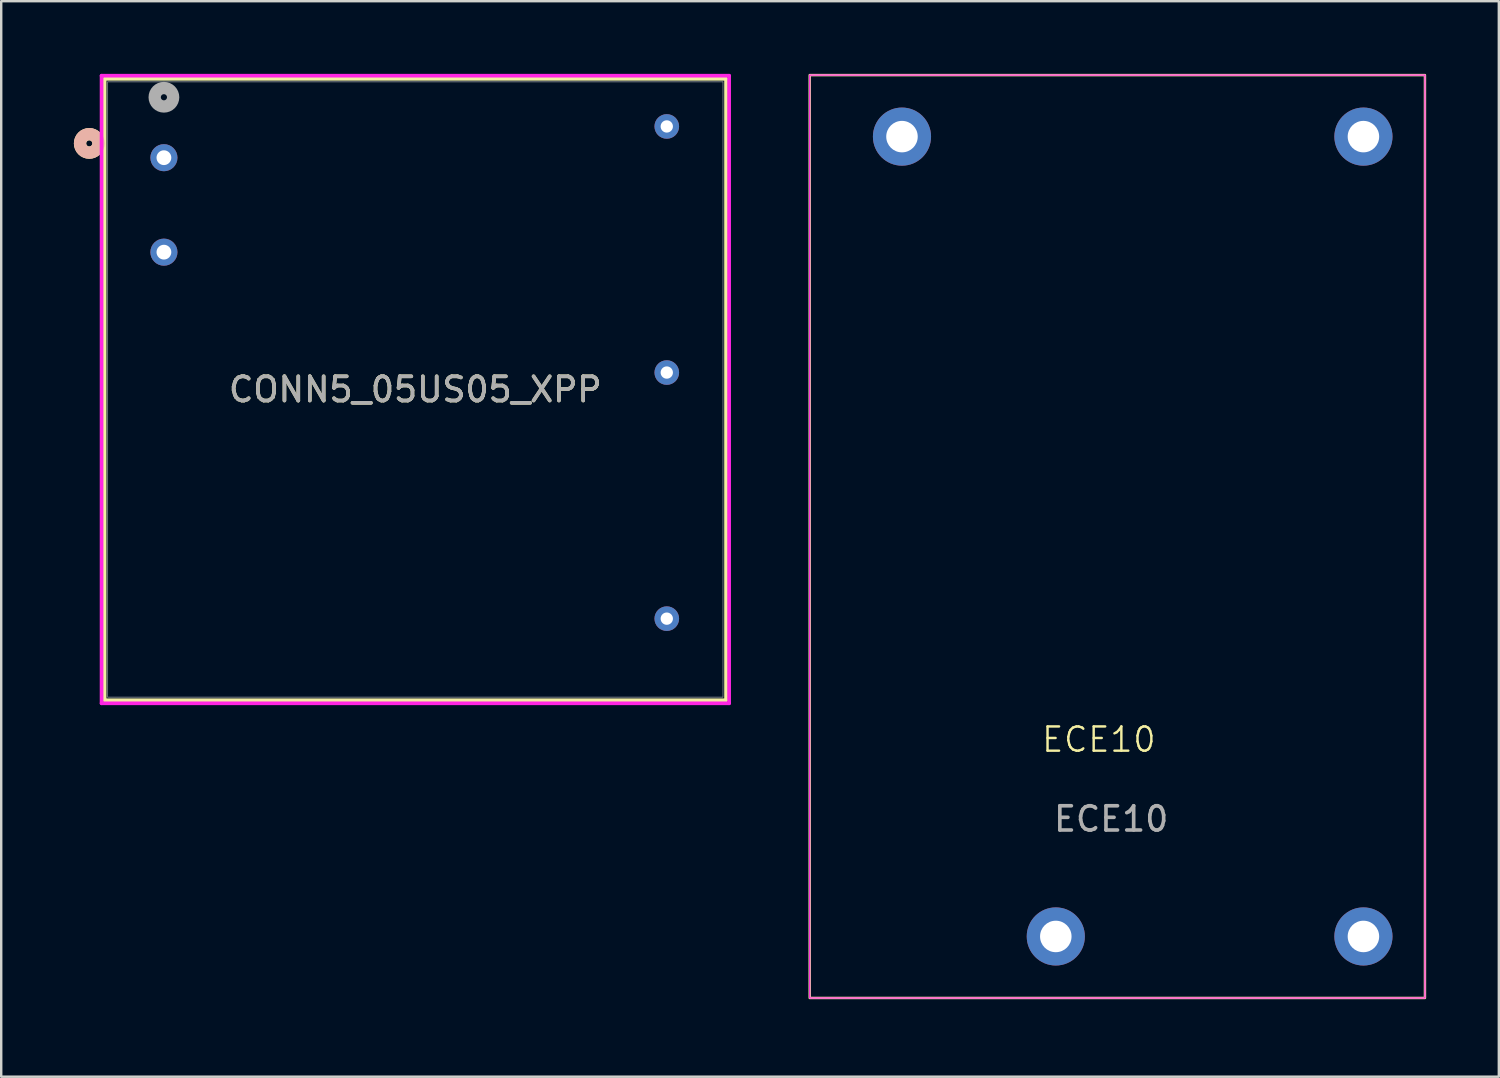
<source format=kicad_pcb>
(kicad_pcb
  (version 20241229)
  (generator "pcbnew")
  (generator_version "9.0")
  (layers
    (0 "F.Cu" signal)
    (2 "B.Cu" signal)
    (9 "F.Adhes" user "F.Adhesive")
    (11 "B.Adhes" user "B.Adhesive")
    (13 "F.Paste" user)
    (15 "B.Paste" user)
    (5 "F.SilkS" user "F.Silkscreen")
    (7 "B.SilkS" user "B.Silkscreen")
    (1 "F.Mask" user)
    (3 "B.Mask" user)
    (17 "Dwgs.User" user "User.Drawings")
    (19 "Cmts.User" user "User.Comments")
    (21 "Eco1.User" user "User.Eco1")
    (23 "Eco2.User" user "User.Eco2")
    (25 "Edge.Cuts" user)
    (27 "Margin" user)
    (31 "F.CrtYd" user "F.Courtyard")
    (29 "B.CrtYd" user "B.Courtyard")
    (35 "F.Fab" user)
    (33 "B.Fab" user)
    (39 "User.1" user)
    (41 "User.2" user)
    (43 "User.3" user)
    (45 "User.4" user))
  (footprint "CONN5_05US05_XPP"
    (layer "F.Cu")
    (at 3.717 3.46)
    (property "Reference" "CONN5_05US05_XPP" (at 10.38 9.57 0) (unlocked yes) (layer "F.SilkS") (effects (font (size 1 1) (thickness 0.15))))
    (attr through_hole)
    (fp_line (start -2.447 -3.257) (end -2.447 22.397) (stroke (width 0.152) (type solid)) (layer "F.SilkS"))
    (fp_line (start -2.447 22.397) (end 23.207 22.397) (stroke (width 0.152) (type solid)) (layer "F.SilkS"))
    (fp_line (start 23.207 -3.257) (end -2.447 -3.257) (stroke (width 0.152) (type solid)) (layer "F.SilkS"))
    (fp_line (start 23.207 22.397) (end 23.207 -3.257) (stroke (width 0.152) (type solid)) (layer "F.SilkS"))
    (fp_circle (center -3.082 -0.59) (end -2.701 -0.59) (stroke (width 0.508) (type solid)) (fill no) (layer "F.SilkS"))
    (fp_circle (center -3.082 -0.59) (end -2.701 -0.59) (stroke (width 0.508) (type solid)) (fill no) (layer "B.SilkS"))
    (fp_line (start -2.574 -3.384) (end -2.574 22.524) (stroke (width 0.152) (type solid)) (layer "F.CrtYd"))
    (fp_line (start -2.574 22.524) (end 23.334 22.524) (stroke (width 0.152) (type solid)) (layer "F.CrtYd"))
    (fp_line (start 23.334 -3.384) (end -2.574 -3.384) (stroke (width 0.152) (type solid)) (layer "F.CrtYd"))
    (fp_line (start 23.334 22.524) (end 23.334 -3.384) (stroke (width 0.152) (type solid)) (layer "F.CrtYd"))
    (fp_line (start -2.32 -3.13) (end -2.32 22.27) (stroke (width 0.025) (type solid)) (layer "F.Fab"))
    (fp_line (start -2.32 22.27) (end 23.08 22.27) (stroke (width 0.025) (type solid)) (layer "F.Fab"))
    (fp_line (start 23.08 -3.13) (end -2.32 -3.13) (stroke (width 0.025) (type solid)) (layer "F.Fab"))
    (fp_line (start 23.08 22.27) (end 23.08 -3.13) (stroke (width 0.025) (type solid)) (layer "F.Fab"))
    (fp_circle (center 0 -2.495) (end 0.381 -2.495) (stroke (width 0.508) (type solid)) (fill no) (layer "F.Fab"))
    (fp_text user "${REFERENCE}" (at 10.38 9.57 0) (unlocked yes) (layer "F.Fab") (effects (font (size 1 1) (thickness 0.15))))
    (pad "1" thru_hole circle (at 0 0) (size 1.118 1.118) (drill 0.61) (layers "*.Cu" "*.Mask"))
    (pad "2" thru_hole circle (at 0 3.9) (size 1.118 1.118) (drill 0.61) (layers "*.Cu" "*.Mask"))
    (pad "3" thru_hole circle (at 20.76 19.03) (size 1.016 1.016) (drill 0.508) (layers "*.Cu" "*.Mask"))
    (pad "4" thru_hole circle (at 20.76 8.87) (size 1.016 1.016) (drill 0.508) (layers "*.Cu" "*.Mask"))
    (pad "5" thru_hole circle (at 20.76 -1.29) (size 1.016 1.016) (drill 0.508) (layers "*.Cu" "*.Mask")))
  (footprint "ECE10"
    (layer "F.Cu")
    (at 30.377 38.15)
    (property "Reference" "ECE10" (at 11.938 -10.668 0) (unlocked yes) (layer "F.SilkS") (effects (font (size 1 1) (thickness 0.1))))
    (attr smd)
    (fp_rect (start 0 0) (end 25.4 -38.1) (stroke (width 0.1) (type default)) (fill no) (layer "F.SilkS"))
    (fp_rect (start 25.4 0) (end 0 -38.1) (stroke (width 0.05) (type default)) (fill no) (layer "F.CrtYd"))
    (fp_text user "${REFERENCE}" (at 12.446 -7.39 0) (unlocked yes) (layer "F.Fab") (effects (font (size 1 1) (thickness 0.15))))
    (pad "1" thru_hole circle (at 3.81 -35.56) (size 2.4 2.4) (drill 1.3) (layers "*.Cu" "*.Mask"))
    (pad "2" thru_hole circle (at 22.86 -35.56) (size 2.4 2.4) (drill 1.3) (layers "*.Cu" "*.Mask"))
    (pad "3" thru_hole circle (at 22.86 -2.54) (size 2.4 2.4) (drill 1.3) (layers "*.Cu" "*.Mask"))
    (pad "4" thru_hole circle (at 10.16 -2.54) (size 2.4 2.4) (drill 1.3) (layers "*.Cu" "*.Mask")))
  (gr_rect
    (start -3 -3)
    (end 58.827 41.4)
    (stroke (width 0.1) (type default))
    (fill no)
    (layer "Edge.Cuts")))
</source>
